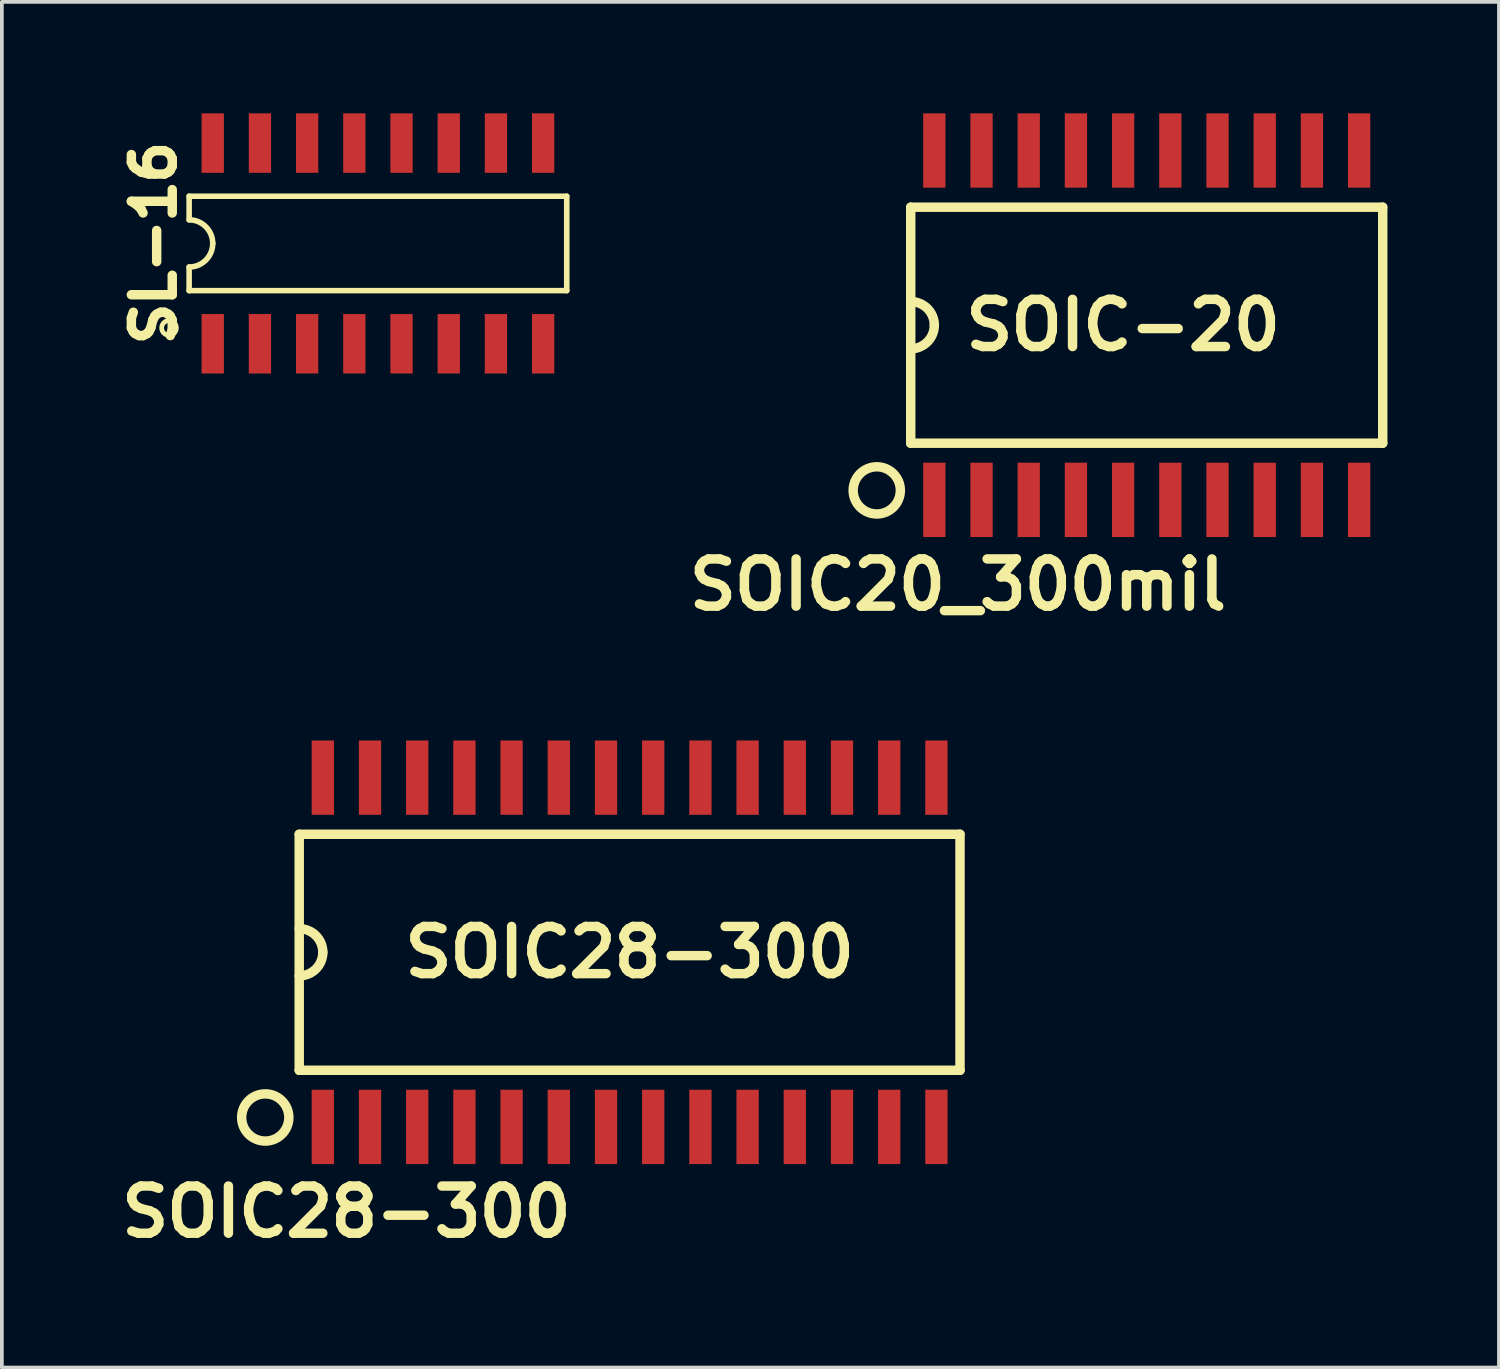
<source format=kicad_pcb>
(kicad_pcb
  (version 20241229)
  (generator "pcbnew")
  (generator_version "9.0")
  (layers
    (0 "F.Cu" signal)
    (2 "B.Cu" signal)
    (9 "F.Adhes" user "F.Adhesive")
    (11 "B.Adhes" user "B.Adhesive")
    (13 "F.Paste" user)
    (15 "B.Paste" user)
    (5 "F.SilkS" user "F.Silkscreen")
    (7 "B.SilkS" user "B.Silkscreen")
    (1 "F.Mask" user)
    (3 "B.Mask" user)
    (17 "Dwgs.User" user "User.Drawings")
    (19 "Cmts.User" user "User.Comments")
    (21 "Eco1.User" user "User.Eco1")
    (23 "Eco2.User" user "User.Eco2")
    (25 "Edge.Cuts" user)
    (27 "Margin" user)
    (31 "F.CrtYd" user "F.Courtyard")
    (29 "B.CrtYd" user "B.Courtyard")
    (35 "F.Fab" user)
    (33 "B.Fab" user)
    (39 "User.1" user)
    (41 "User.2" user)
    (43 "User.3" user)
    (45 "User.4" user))
  (footprint "SL-16"
    (layer "F.Cu")
    (at 7.119 3.5)
    (property "Reference" "SL-16" (at -6.03 -0.008 90) (layer "F.SilkS") (effects (font (size 1.1 1.1) (thickness 0.254))))
    (attr smd)
    (fp_line (start -5.08 -1.27) (end -5.08 -0.635) (stroke (width 0.15) (type solid)) (layer "F.SilkS"))
    (fp_line (start -5.08 -1.27) (end 5.08 -1.27) (stroke (width 0.15) (type solid)) (layer "F.SilkS"))
    (fp_line (start -5.08 0.635) (end -5.08 1.27) (stroke (width 0.15) (type solid)) (layer "F.SilkS"))
    (fp_line (start 5.08 -1.27) (end 5.08 1.27) (stroke (width 0.15) (type solid)) (layer "F.SilkS"))
    (fp_line (start 5.08 1.27) (end -5.08 1.27) (stroke (width 0.15) (type solid)) (layer "F.SilkS"))
    (fp_arc (start -5.08 -0.635) (mid -4.630987 -0.449013) (end -4.445 0) (stroke (width 0.15) (type solid)) (layer "F.SilkS"))
    (fp_arc (start -4.445 0) (mid -4.630987 0.449013) (end -5.08 0.635) (stroke (width 0.15) (type solid)) (layer "F.SilkS"))
    (fp_circle (center -5.621 2.273) (end -5.761 2.413) (stroke (width 0.127) (type solid)) (fill no) (layer "F.SilkS"))
    (pad "1" smd rect (at -4.445 2.7) (size 0.6 1.6) (layers "F.Cu" "F.Mask" "F.Paste"))
    (pad "2" smd rect (at -3.175 2.7) (size 0.6 1.6) (layers "F.Cu" "F.Mask" "F.Paste"))
    (pad "3" smd rect (at -1.905 2.7) (size 0.6 1.6) (layers "F.Cu" "F.Mask" "F.Paste"))
    (pad "4" smd rect (at -0.635 2.7) (size 0.6 1.6) (layers "F.Cu" "F.Mask" "F.Paste"))
    (pad "5" smd rect (at 0.635 2.7) (size 0.6 1.6) (layers "F.Cu" "F.Mask" "F.Paste"))
    (pad "6" smd rect (at 1.905 2.7) (size 0.6 1.6) (layers "F.Cu" "F.Mask" "F.Paste"))
    (pad "7" smd rect (at 3.175 2.7) (size 0.6 1.6) (layers "F.Cu" "F.Mask" "F.Paste"))
    (pad "8" smd rect (at 4.445 2.7) (size 0.6 1.6) (layers "F.Cu" "F.Mask" "F.Paste"))
    (pad "9" smd rect (at 4.445 -2.7) (size 0.6 1.6) (layers "F.Cu" "F.Mask" "F.Paste"))
    (pad "10" smd rect (at 3.175 -2.7) (size 0.6 1.6) (layers "F.Cu" "F.Mask" "F.Paste"))
    (pad "11" smd rect (at 1.905 -2.7) (size 0.6 1.6) (layers "F.Cu" "F.Mask" "F.Paste"))
    (pad "12" smd rect (at 0.635 -2.7) (size 0.6 1.6) (layers "F.Cu" "F.Mask" "F.Paste"))
    (pad "13" smd rect (at -0.635 -2.7) (size 0.6 1.6) (layers "F.Cu" "F.Mask" "F.Paste"))
    (pad "14" smd rect (at -1.905 -2.7) (size 0.6 1.6) (layers "F.Cu" "F.Mask" "F.Paste"))
    (pad "15" smd rect (at -3.175 -2.7) (size 0.6 1.6) (layers "F.Cu" "F.Mask" "F.Paste"))
    (pad "16" smd rect (at -4.445 -2.7) (size 0.6 1.6) (layers "F.Cu" "F.Mask" "F.Paste")))
  (footprint "SOIC28-300"
    (layer "F.Cu")
    (at 13.891 22.573)
    (property "Reference" "SOIC28-300" (at -7.62 6.985 0) (layer "F.SilkS") (effects (font (size 1.27 1.27) (thickness 0.254))))
    (attr smd)
    (fp_line (start -8.89 -3.175) (end 8.89 -3.175) (stroke (width 0.254) (type solid)) (layer "F.SilkS"))
    (fp_line (start -8.89 3.175) (end -8.89 -3.175) (stroke (width 0.254) (type solid)) (layer "F.SilkS"))
    (fp_line (start 8.89 -3.175) (end 8.89 3.175) (stroke (width 0.254) (type solid)) (layer "F.SilkS"))
    (fp_line (start 8.89 3.175) (end -8.89 3.175) (stroke (width 0.254) (type solid)) (layer "F.SilkS"))
    (fp_arc (start -8.89 -0.635) (mid -8.440987 -0.449013) (end -8.255 0) (stroke (width 0.254) (type solid)) (layer "F.SilkS"))
    (fp_arc (start -8.255 0) (mid -8.440987 0.449013) (end -8.89 0.635) (stroke (width 0.254) (type solid)) (layer "F.SilkS"))
    (fp_circle (center -9.804 4.445) (end -9.804 3.81) (stroke (width 0.254) (type solid)) (fill no) (layer "F.SilkS"))
    (fp_text user "SOIC28-300" (at 0 0 0) (layer "F.SilkS") (effects (font (size 1.27 1.27) (thickness 0.254))))
    (pad "1" smd rect (at -8.255 4.699 90) (size 2 0.6) (layers "F.Cu" "F.Mask" "F.Paste"))
    (pad "2" smd rect (at -6.985 4.699 90) (size 2 0.6) (layers "F.Cu" "F.Mask" "F.Paste"))
    (pad "3" smd rect (at -5.715 4.699 90) (size 2 0.6) (layers "F.Cu" "F.Mask" "F.Paste"))
    (pad "4" smd rect (at -4.445 4.699 90) (size 2 0.6) (layers "F.Cu" "F.Mask" "F.Paste"))
    (pad "5" smd rect (at -3.175 4.699 90) (size 2 0.6) (layers "F.Cu" "F.Mask" "F.Paste"))
    (pad "6" smd rect (at -1.905 4.699 90) (size 2 0.6) (layers "F.Cu" "F.Mask" "F.Paste"))
    (pad "7" smd rect (at -0.635 4.699 90) (size 2 0.6) (layers "F.Cu" "F.Mask" "F.Paste"))
    (pad "8" smd rect (at 0.635 4.699 90) (size 2 0.6) (layers "F.Cu" "F.Mask" "F.Paste"))
    (pad "9" smd rect (at 1.905 4.699 90) (size 2 0.6) (layers "F.Cu" "F.Mask" "F.Paste"))
    (pad "10" smd rect (at 3.175 4.699 90) (size 2 0.6) (layers "F.Cu" "F.Mask" "F.Paste"))
    (pad "11" smd rect (at 4.445 4.699 90) (size 2 0.6) (layers "F.Cu" "F.Mask" "F.Paste"))
    (pad "12" smd rect (at 5.715 4.699 90) (size 2 0.6) (layers "F.Cu" "F.Mask" "F.Paste"))
    (pad "13" smd rect (at 6.985 4.699 90) (size 2 0.6) (layers "F.Cu" "F.Mask" "F.Paste"))
    (pad "14" smd rect (at 8.255 4.699 90) (size 2 0.6) (layers "F.Cu" "F.Mask" "F.Paste"))
    (pad "15" smd rect (at 8.255 -4.699 90) (size 2 0.6) (layers "F.Cu" "F.Mask" "F.Paste"))
    (pad "16" smd rect (at 6.985 -4.699 90) (size 2 0.6) (layers "F.Cu" "F.Mask" "F.Paste"))
    (pad "17" smd rect (at 5.715 -4.699 90) (size 2 0.6) (layers "F.Cu" "F.Mask" "F.Paste"))
    (pad "18" smd rect (at 4.445 -4.699 90) (size 2 0.6) (layers "F.Cu" "F.Mask" "F.Paste"))
    (pad "19" smd rect (at 3.175 -4.699 90) (size 2 0.6) (layers "F.Cu" "F.Mask" "F.Paste"))
    (pad "20" smd rect (at 1.905 -4.699 90) (size 2 0.6) (layers "F.Cu" "F.Mask" "F.Paste"))
    (pad "21" smd rect (at 0.635 -4.699 90) (size 2 0.6) (layers "F.Cu" "F.Mask" "F.Paste"))
    (pad "22" smd rect (at -0.635 -4.699 90) (size 2 0.6) (layers "F.Cu" "F.Mask" "F.Paste"))
    (pad "23" smd rect (at -1.905 -4.699 90) (size 2 0.6) (layers "F.Cu" "F.Mask" "F.Paste"))
    (pad "24" smd rect (at -3.175 -4.699 90) (size 2 0.6) (layers "F.Cu" "F.Mask" "F.Paste"))
    (pad "25" smd rect (at -4.445 -4.699 90) (size 2 0.6) (layers "F.Cu" "F.Mask" "F.Paste"))
    (pad "26" smd rect (at -5.715 -4.699 90) (size 2 0.6) (layers "F.Cu" "F.Mask" "F.Paste"))
    (pad "27" smd rect (at -6.985 -4.699 90) (size 2 0.6) (layers "F.Cu" "F.Mask" "F.Paste"))
    (pad "28" smd rect (at -8.255 -4.699 90) (size 2 0.6) (layers "F.Cu" "F.Mask" "F.Paste")))
  (footprint "SOIC20_300mil"
    (layer "F.Cu")
    (at 27.805 5.7)
    (property "Reference" "SOIC20_300mil" (at -5.08 6.985 0) (layer "F.SilkS") (effects (font (size 1.27 1.27) (thickness 0.254))))
    (attr smd)
    (fp_line (start -6.35 -3.175) (end 6.35 -3.175) (stroke (width 0.254) (type solid)) (layer "F.SilkS"))
    (fp_line (start -6.35 3.175) (end -6.35 -3.175) (stroke (width 0.254) (type solid)) (layer "F.SilkS"))
    (fp_line (start 6.35 -3.175) (end 6.35 3.175) (stroke (width 0.254) (type solid)) (layer "F.SilkS"))
    (fp_line (start 6.35 3.175) (end -6.35 3.175) (stroke (width 0.254) (type solid)) (layer "F.SilkS"))
    (fp_arc (start -6.35 -0.635) (mid -5.900987 -0.449013) (end -5.715 0) (stroke (width 0.254) (type solid)) (layer "F.SilkS"))
    (fp_arc (start -5.715 0) (mid -5.900987 0.449013) (end -6.35 0.635) (stroke (width 0.254) (type solid)) (layer "F.SilkS"))
    (fp_circle (center -7.264 4.445) (end -7.264 3.81) (stroke (width 0.254) (type solid)) (fill no) (layer "F.SilkS"))
    (fp_text user "SOIC-20" (at -0.635 0 0) (layer "F.SilkS") (effects (font (size 1.27 1.27) (thickness 0.254))))
    (pad "1" smd rect (at -5.715 4.7 90) (size 2 0.6) (layers "F.Cu" "F.Mask" "F.Paste"))
    (pad "2" smd rect (at -4.445 4.7 90) (size 2 0.6) (layers "F.Cu" "F.Mask" "F.Paste"))
    (pad "3" smd rect (at -3.175 4.7 90) (size 2 0.6) (layers "F.Cu" "F.Mask" "F.Paste"))
    (pad "4" smd rect (at -1.905 4.7 90) (size 2 0.6) (layers "F.Cu" "F.Mask" "F.Paste"))
    (pad "5" smd rect (at -0.635 4.7 90) (size 2 0.6) (layers "F.Cu" "F.Mask" "F.Paste"))
    (pad "6" smd rect (at 0.635 4.7 90) (size 2 0.6) (layers "F.Cu" "F.Mask" "F.Paste"))
    (pad "7" smd rect (at 1.905 4.7 90) (size 2 0.6) (layers "F.Cu" "F.Mask" "F.Paste"))
    (pad "8" smd rect (at 3.175 4.7 90) (size 2 0.6) (layers "F.Cu" "F.Mask" "F.Paste"))
    (pad "9" smd rect (at 4.445 4.7 90) (size 2 0.6) (layers "F.Cu" "F.Mask" "F.Paste"))
    (pad "10" smd rect (at 5.715 4.7 90) (size 2 0.6) (layers "F.Cu" "F.Mask" "F.Paste"))
    (pad "11" smd rect (at 5.715 -4.7 90) (size 2 0.6) (layers "F.Cu" "F.Mask" "F.Paste"))
    (pad "12" smd rect (at 4.445 -4.7 90) (size 2 0.6) (layers "F.Cu" "F.Mask" "F.Paste"))
    (pad "13" smd rect (at 3.175 -4.7 90) (size 2 0.6) (layers "F.Cu" "F.Mask" "F.Paste"))
    (pad "14" smd rect (at 1.905 -4.7 90) (size 2 0.6) (layers "F.Cu" "F.Mask" "F.Paste"))
    (pad "15" smd rect (at 0.635 -4.7 90) (size 2 0.6) (layers "F.Cu" "F.Mask" "F.Paste"))
    (pad "16" smd rect (at -0.635 -4.7 90) (size 2 0.6) (layers "F.Cu" "F.Mask" "F.Paste"))
    (pad "17" smd rect (at -1.905 -4.7 90) (size 2 0.6) (layers "F.Cu" "F.Mask" "F.Paste"))
    (pad "18" smd rect (at -3.175 -4.7 90) (size 2 0.6) (layers "F.Cu" "F.Mask" "F.Paste"))
    (pad "19" smd rect (at -4.445 -4.7 90) (size 2 0.6) (layers "F.Cu" "F.Mask" "F.Paste"))
    (pad "20" smd rect (at -5.715 -4.7 90) (size 2 0.6) (layers "F.Cu" "F.Mask" "F.Paste")))
  (gr_rect
    (start -3 -3)
    (end 37.282 33.746)
    (stroke (width 0.1) (type default))
    (fill no)
    (layer "Edge.Cuts")))
</source>
